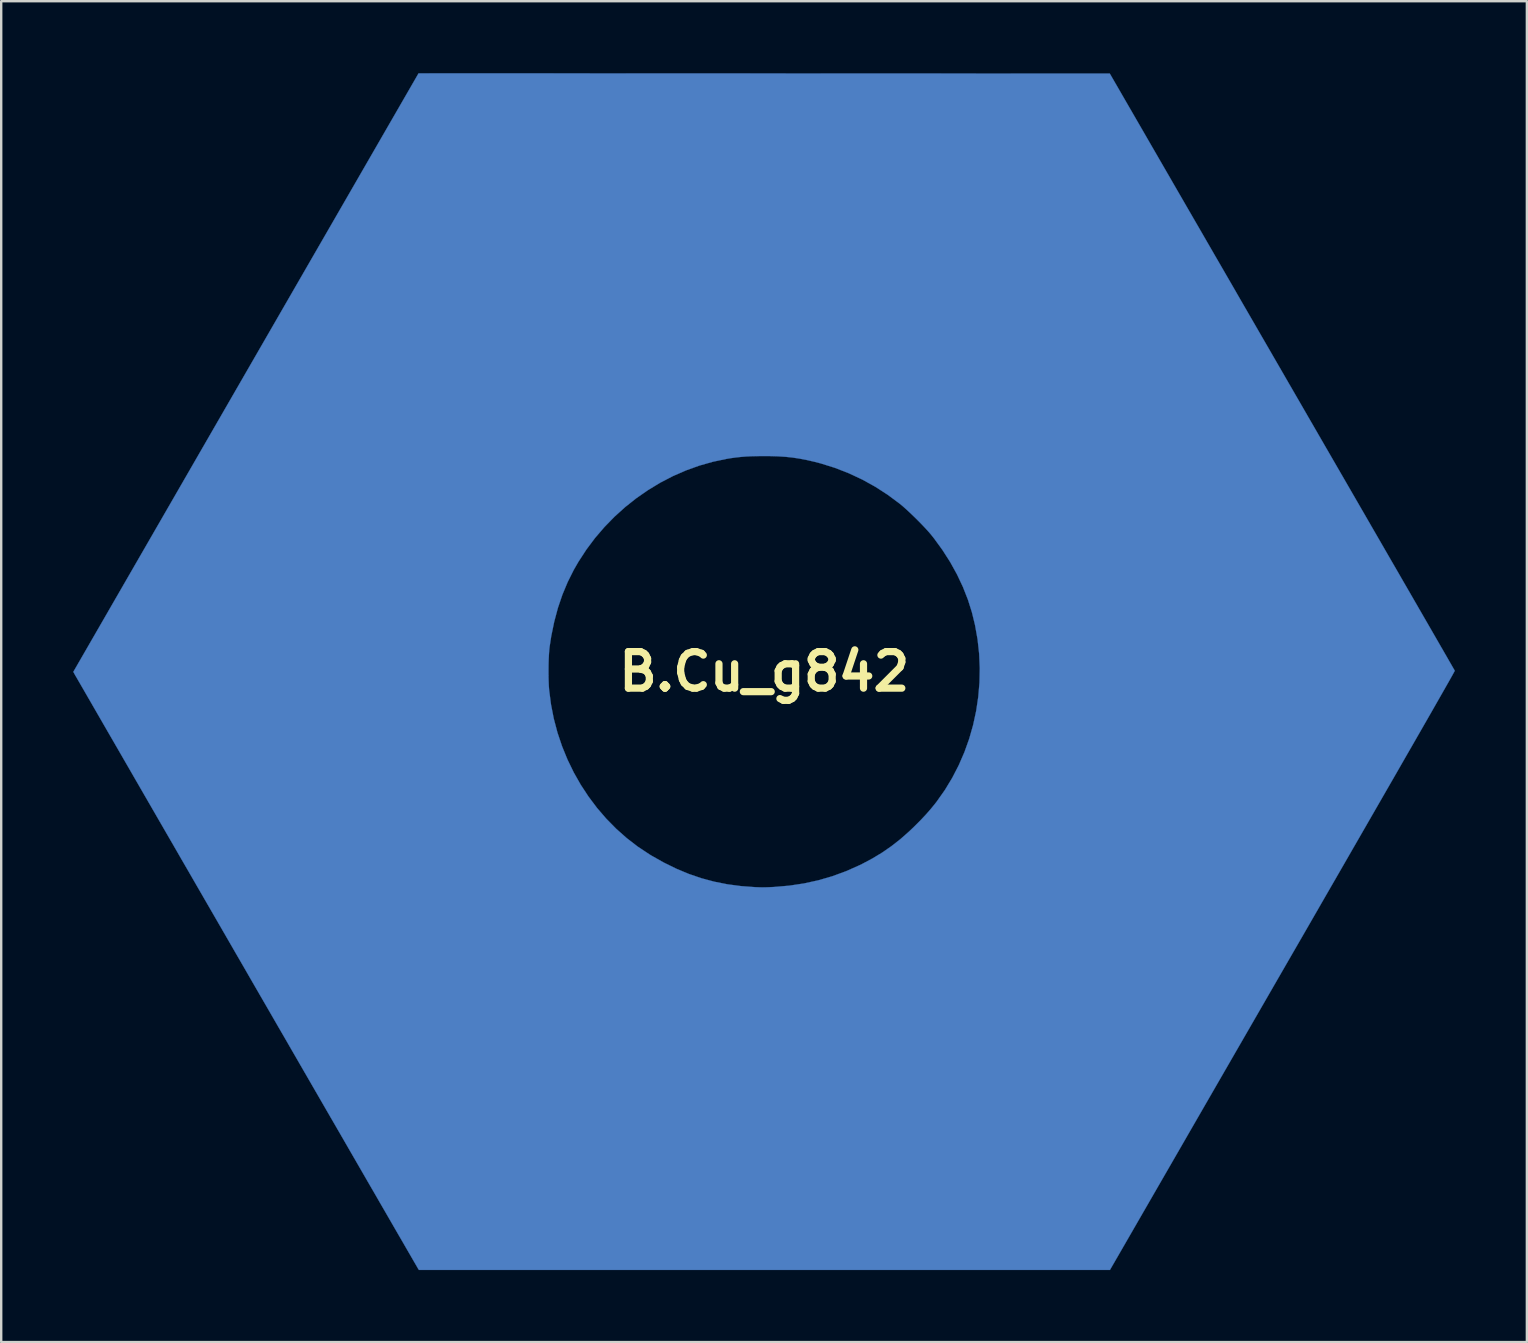
<source format=kicad_pcb>
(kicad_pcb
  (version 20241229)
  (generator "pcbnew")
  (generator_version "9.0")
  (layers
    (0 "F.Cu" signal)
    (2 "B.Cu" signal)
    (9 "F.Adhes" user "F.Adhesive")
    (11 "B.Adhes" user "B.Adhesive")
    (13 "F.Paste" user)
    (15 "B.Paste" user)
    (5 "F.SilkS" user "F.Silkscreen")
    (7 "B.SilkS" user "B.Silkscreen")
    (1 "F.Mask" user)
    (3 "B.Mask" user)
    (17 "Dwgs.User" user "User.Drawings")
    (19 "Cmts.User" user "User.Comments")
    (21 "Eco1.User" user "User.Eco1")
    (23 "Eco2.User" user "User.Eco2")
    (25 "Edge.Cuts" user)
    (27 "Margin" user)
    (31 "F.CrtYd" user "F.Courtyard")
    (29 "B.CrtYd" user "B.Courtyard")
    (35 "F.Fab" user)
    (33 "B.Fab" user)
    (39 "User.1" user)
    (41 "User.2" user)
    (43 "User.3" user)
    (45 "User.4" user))
  (footprint "B.Cu_g842"
    (layer "F.Cu")
    (at 28.799 24.939)
    (property "Reference" "B.Cu_g842" (at 0 0 0) (layer "F.SilkS") (effects (font (size 1.524 1.524) (thickness 0.3))))
    (attr through_hole)
    (fp_poly (pts (xy -0.003 -24.929) (xy 14.4 -24.924) (xy 17.831 -18.986) (xy 18.132 -18.467) (xy 18.451 -17.914) (xy 18.788 -17.331) (xy 19.14 -16.723) (xy 19.505 -16.092) (xy 19.88 -15.441) (xy 20.265 -14.775) (xy 20.657 -14.097) (xy 21.054 -13.411) (xy 21.454 -12.719) (xy 21.854 -12.026) (xy 22.254 -11.335) (xy 22.65 -10.649) (xy 23.041 -9.973) (xy 23.425 -9.308) (xy 23.8 -8.66) (xy 24.163 -8.032) (xy 24.513 -7.426) (xy 24.848 -6.847) (xy 25.014 -6.56) (xy 25.294 -6.074) (xy 25.57 -5.597) (xy 25.839 -5.131) (xy 26.101 -4.677) (xy 26.356 -4.237) (xy 26.602 -3.81) (xy 26.839 -3.4) (xy 27.066 -3.007) (xy 27.282 -2.632) (xy 27.487 -2.277) (xy 27.68 -1.943) (xy 27.86 -1.631) (xy 28.026 -1.343) (xy 28.177 -1.08) (xy 28.314 -0.844) (xy 28.434 -0.635) (xy 28.537 -0.455) (xy 28.623 -0.306) (xy 28.691 -0.188) (xy 28.74 -0.103) (xy 28.769 -0.052) (xy 28.777 -0.036) (xy 28.768 -0.016) (xy 28.737 0.041) (xy 28.685 0.135) (xy 28.613 0.264) (xy 28.52 0.429) (xy 28.406 0.629) (xy 28.272 0.864) (xy 28.118 1.134) (xy 27.944 1.439) (xy 27.75 1.779) (xy 27.536 2.152) (xy 27.302 2.56) (xy 27.049 3.001) (xy 26.776 3.475) (xy 26.485 3.983) (xy 26.174 4.524) (xy 25.844 5.097) (xy 25.495 5.703) (xy 25.128 6.341) (xy 24.742 7.011) (xy 24.338 7.713) (xy 23.916 8.446) (xy 23.475 9.21) (xy 23.017 10.006) (xy 22.541 10.832) (xy 22.047 11.688) (xy 21.598 12.466) (xy 14.407 24.934) (xy -14.392 24.934) (xy -14.422 24.887) (xy -14.435 24.866) (xy -14.467 24.809) (xy -14.52 24.718) (xy -14.592 24.594) (xy -14.682 24.438) (xy -14.79 24.251) (xy -14.916 24.034) (xy -15.057 23.789) (xy -15.215 23.517) (xy -15.388 23.218) (xy -15.575 22.894) (xy -15.776 22.546) (xy -15.991 22.175) (xy -16.217 21.782) (xy -16.456 21.37) (xy -16.706 20.937) (xy -16.966 20.487) (xy -17.236 20.02) (xy -17.515 19.536) (xy -17.803 19.038) (xy -18.099 18.527) (xy -18.402 18.003) (xy -18.711 17.468) (xy -19.026 16.923) (xy -19.346 16.369) (xy -19.671 15.807) (xy -19.999 15.238) (xy -20.331 14.665) (xy -20.665 14.086) (xy -21.001 13.505) (xy -21.338 12.922) (xy -21.675 12.337) (xy -22.013 11.754) (xy -22.349 11.171) (xy -22.684 10.591) (xy -23.017 10.015) (xy -23.347 9.444) (xy -23.673 8.88) (xy -23.995 8.322) (xy -24.313 7.773) (xy -24.624 7.233) (xy -24.93 6.704) (xy -25.229 6.187) (xy -25.52 5.683) (xy -25.803 5.193) (xy -26.077 4.719) (xy -26.341 4.261) (xy -26.596 3.82) (xy -26.839 3.399) (xy -27.071 2.997) (xy -27.291 2.617) (xy -27.498 2.259) (xy -27.691 1.924) (xy -27.87 1.614) (xy -28.034 1.329) (xy -28.183 1.072) (xy -28.315 0.843) (xy -28.431 0.642) (xy -28.529 0.473) (xy -28.609 0.334) (xy -28.67 0.229) (xy -28.711 0.157) (xy -28.732 0.12) (xy -28.735 0.116) (xy -28.794 0.009) (xy -28.757 -0.054) (xy -8.991 -0.054) (xy -8.991 0.171) (xy -8.986 0.386) (xy -8.978 0.582) (xy -8.966 0.75) (xy -8.965 0.762) (xy -8.887 1.366) (xy -8.771 1.96) (xy -8.617 2.542) (xy -8.426 3.111) (xy -8.2 3.664) (xy -7.94 4.2) (xy -7.647 4.716) (xy -7.322 5.211) (xy -6.968 5.682) (xy -6.584 6.128) (xy -6.172 6.547) (xy -5.734 6.936) (xy -5.27 7.294) (xy -4.781 7.618) (xy -4.699 7.668) (xy -4.177 7.962) (xy -3.659 8.216) (xy -3.141 8.432) (xy -2.617 8.611) (xy -2.084 8.754) (xy -1.536 8.863) (xy -0.969 8.938) (xy -0.379 8.982) (xy -0.116 8.991) (xy -0.045 8.991) (xy 0.058 8.989) (xy 0.182 8.985) (xy 0.316 8.979) (xy 0.413 8.974) (xy 1.044 8.92) (xy 1.658 8.827) (xy 2.256 8.696) (xy 2.841 8.526) (xy 3.413 8.316) (xy 3.975 8.066) (xy 4.085 8.012) (xy 4.516 7.782) (xy 4.919 7.538) (xy 5.301 7.273) (xy 5.672 6.983) (xy 6.038 6.66) (xy 6.252 6.456) (xy 6.504 6.204) (xy 6.726 5.968) (xy 6.925 5.742) (xy 7.108 5.519) (xy 7.186 5.418) (xy 7.528 4.934) (xy 7.834 4.427) (xy 8.106 3.9) (xy 8.342 3.356) (xy 8.542 2.797) (xy 8.705 2.225) (xy 8.831 1.642) (xy 8.919 1.051) (xy 8.97 0.455) (xy 8.982 -0.145) (xy 8.956 -0.745) (xy 8.89 -1.345) (xy 8.784 -1.94) (xy 8.657 -2.463) (xy 8.489 -2.997) (xy 8.28 -3.529) (xy 8.032 -4.054) (xy 7.747 -4.569) (xy 7.426 -5.071) (xy 7.072 -5.557) (xy 6.955 -5.704) (xy 6.852 -5.825) (xy 6.723 -5.967) (xy 6.575 -6.123) (xy 6.415 -6.287) (xy 6.248 -6.452) (xy 6.081 -6.612) (xy 5.922 -6.76) (xy 5.776 -6.89) (xy 5.652 -6.993) (xy 5.151 -7.366) (xy 4.629 -7.703) (xy 4.086 -8.004) (xy 3.524 -8.267) (xy 2.946 -8.492) (xy 2.354 -8.677) (xy 2.106 -8.742) (xy 1.785 -8.816) (xy 1.481 -8.875) (xy 1.185 -8.92) (xy 0.885 -8.952) (xy 0.572 -8.972) (xy 0.235 -8.982) (xy -0.011 -8.983) (xy -0.292 -8.981) (xy -0.541 -8.975) (xy -0.765 -8.964) (xy -0.974 -8.947) (xy -1.176 -8.925) (xy -1.382 -8.897) (xy -1.559 -8.868) (xy -2.136 -8.747) (xy -2.704 -8.586) (xy -3.26 -8.386) (xy -3.803 -8.149) (xy -4.33 -7.876) (xy -4.839 -7.568) (xy -5.329 -7.228) (xy -5.797 -6.857) (xy -6.242 -6.455) (xy -6.66 -6.025) (xy -7.052 -5.569) (xy -7.413 -5.086) (xy -7.743 -4.579) (xy -7.941 -4.235) (xy -8.192 -3.733) (xy -8.411 -3.208) (xy -8.598 -2.658) (xy -8.752 -2.083) (xy -8.876 -1.481) (xy -8.945 -1.032) (xy -8.961 -0.886) (xy -8.973 -0.706) (xy -8.983 -0.502) (xy -8.989 -0.282) (xy -8.991 -0.054) (xy -28.757 -0.054) (xy -21.6 -12.463) (xy -14.406 -24.934) (xy -0.003 -24.929)) (stroke (width 0.01) (type solid)) (fill yes) (layer "B.Cu")))
  (gr_rect
    (start -3 -3)
    (end 60.581 52.879)
    (stroke (width 0.1) (type default))
    (fill no)
    (layer "Edge.Cuts")))
</source>
